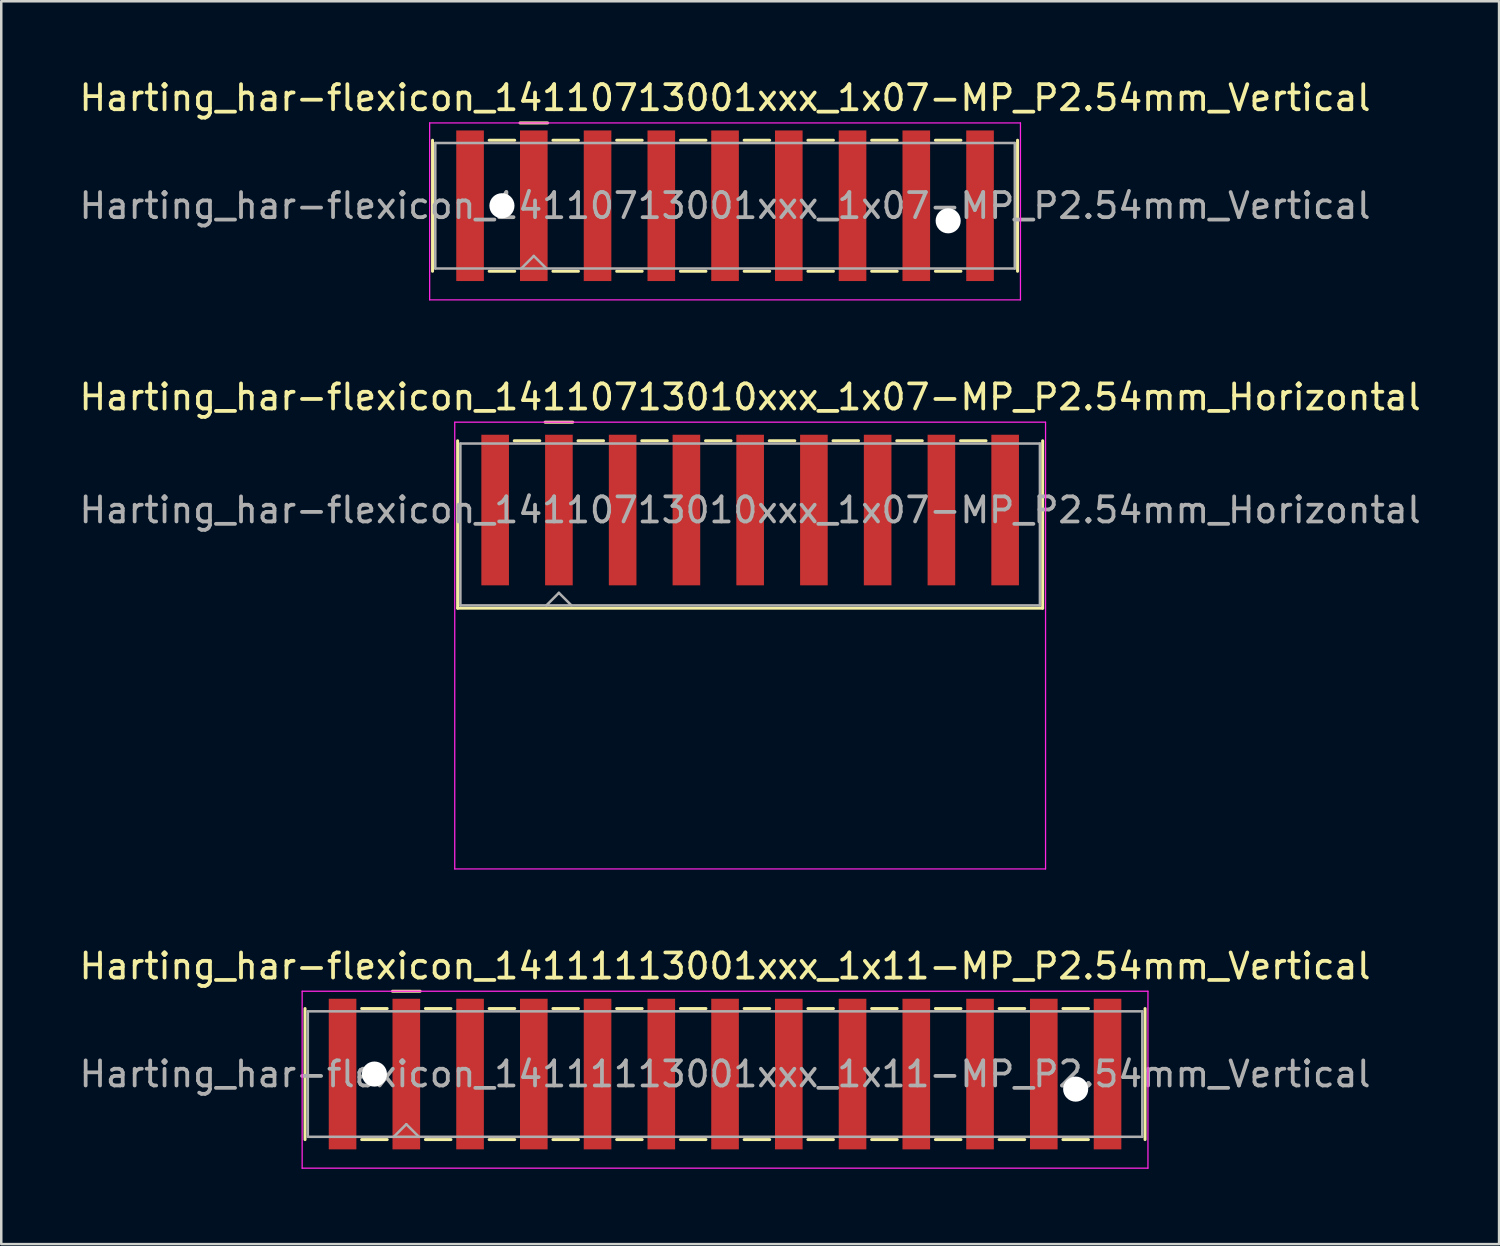
<source format=kicad_pcb>
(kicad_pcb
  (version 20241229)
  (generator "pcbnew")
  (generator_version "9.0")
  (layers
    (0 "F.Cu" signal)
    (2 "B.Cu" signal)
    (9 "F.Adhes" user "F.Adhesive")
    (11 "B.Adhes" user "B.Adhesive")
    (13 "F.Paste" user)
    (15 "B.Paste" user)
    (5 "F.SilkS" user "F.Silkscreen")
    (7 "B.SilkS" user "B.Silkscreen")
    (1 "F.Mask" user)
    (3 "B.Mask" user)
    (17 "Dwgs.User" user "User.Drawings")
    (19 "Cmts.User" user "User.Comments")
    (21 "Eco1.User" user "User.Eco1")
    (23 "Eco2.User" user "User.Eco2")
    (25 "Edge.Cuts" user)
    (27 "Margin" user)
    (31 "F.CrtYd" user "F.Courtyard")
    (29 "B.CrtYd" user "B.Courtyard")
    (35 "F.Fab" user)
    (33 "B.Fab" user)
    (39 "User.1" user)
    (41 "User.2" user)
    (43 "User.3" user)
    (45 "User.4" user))
  (footprint "Harting_har-flexicon_14111113001xxx_1x11-MP_P2.54mm_Vertical"
    (layer "F.Cu")
    (at 25.839 39.745)
    (property "Reference" "Harting_har-flexicon_14111113001xxx_1x11-MP_P2.54mm_Vertical" (at 0 -4.3 0) (layer "F.SilkS") (effects (font (size 1 1) (thickness 0.15))))
    (attr smd)
    (fp_line (start -16.735 -2.61) (end -16.735 2.61) (stroke (width 0.12) (type solid)) (layer "F.SilkS"))
    (fp_line (start -14.478 -2.61) (end -13.462 -2.61) (stroke (width 0.12) (type solid)) (layer "F.SilkS"))
    (fp_line (start -14.478 2.61) (end -13.462 2.61) (stroke (width 0.12) (type solid)) (layer "F.SilkS"))
    (fp_line (start -13.25 -3.3) (end -12.15 -3.3) (stroke (width 0.12) (type solid)) (layer "F.SilkS"))
    (fp_line (start -11.938 -2.61) (end -10.922 -2.61) (stroke (width 0.12) (type solid)) (layer "F.SilkS"))
    (fp_line (start -11.938 2.61) (end -10.922 2.61) (stroke (width 0.12) (type solid)) (layer "F.SilkS"))
    (fp_line (start -9.398 -2.61) (end -8.382 -2.61) (stroke (width 0.12) (type solid)) (layer "F.SilkS"))
    (fp_line (start -9.398 2.61) (end -8.382 2.61) (stroke (width 0.12) (type solid)) (layer "F.SilkS"))
    (fp_line (start -6.858 -2.61) (end -5.842 -2.61) (stroke (width 0.12) (type solid)) (layer "F.SilkS"))
    (fp_line (start -6.858 2.61) (end -5.842 2.61) (stroke (width 0.12) (type solid)) (layer "F.SilkS"))
    (fp_line (start -4.318 -2.61) (end -3.302 -2.61) (stroke (width 0.12) (type solid)) (layer "F.SilkS"))
    (fp_line (start -4.318 2.61) (end -3.302 2.61) (stroke (width 0.12) (type solid)) (layer "F.SilkS"))
    (fp_line (start -1.778 -2.61) (end -0.762 -2.61) (stroke (width 0.12) (type solid)) (layer "F.SilkS"))
    (fp_line (start -1.778 2.61) (end -0.762 2.61) (stroke (width 0.12) (type solid)) (layer "F.SilkS"))
    (fp_line (start 0.762 -2.61) (end 1.778 -2.61) (stroke (width 0.12) (type solid)) (layer "F.SilkS"))
    (fp_line (start 0.762 2.61) (end 1.778 2.61) (stroke (width 0.12) (type solid)) (layer "F.SilkS"))
    (fp_line (start 3.302 -2.61) (end 4.318 -2.61) (stroke (width 0.12) (type solid)) (layer "F.SilkS"))
    (fp_line (start 3.302 2.61) (end 4.318 2.61) (stroke (width 0.12) (type solid)) (layer "F.SilkS"))
    (fp_line (start 5.842 -2.61) (end 6.858 -2.61) (stroke (width 0.12) (type solid)) (layer "F.SilkS"))
    (fp_line (start 5.842 2.61) (end 6.858 2.61) (stroke (width 0.12) (type solid)) (layer "F.SilkS"))
    (fp_line (start 8.382 -2.61) (end 9.398 -2.61) (stroke (width 0.12) (type solid)) (layer "F.SilkS"))
    (fp_line (start 8.382 2.61) (end 9.398 2.61) (stroke (width 0.12) (type solid)) (layer "F.SilkS"))
    (fp_line (start 10.922 -2.61) (end 11.938 -2.61) (stroke (width 0.12) (type solid)) (layer "F.SilkS"))
    (fp_line (start 10.922 2.61) (end 11.938 2.61) (stroke (width 0.12) (type solid)) (layer "F.SilkS"))
    (fp_line (start 13.462 -2.61) (end 14.478 -2.61) (stroke (width 0.12) (type solid)) (layer "F.SilkS"))
    (fp_line (start 13.462 2.61) (end 14.478 2.61) (stroke (width 0.12) (type solid)) (layer "F.SilkS"))
    (fp_line (start 16.735 -2.61) (end 16.735 2.61) (stroke (width 0.12) (type solid)) (layer "F.SilkS"))
    (fp_line (start -16.85 -3.3) (end -16.85 3.75) (stroke (width 0.05) (type solid)) (layer "F.CrtYd"))
    (fp_line (start -16.85 3.75) (end 16.85 3.75) (stroke (width 0.05) (type solid)) (layer "F.CrtYd"))
    (fp_line (start 16.85 -3.3) (end -16.85 -3.3) (stroke (width 0.05) (type solid)) (layer "F.CrtYd"))
    (fp_line (start 16.85 3.75) (end 16.85 -3.3) (stroke (width 0.05) (type solid)) (layer "F.CrtYd"))
    (fp_line (start -16.625 -2.5) (end -16.625 2.5) (stroke (width 0.1) (type solid)) (layer "F.Fab"))
    (fp_line (start -16.625 2.5) (end 16.625 2.5) (stroke (width 0.1) (type solid)) (layer "F.Fab"))
    (fp_line (start -13.2 2.5) (end -12.7 2) (stroke (width 0.1) (type solid)) (layer "F.Fab"))
    (fp_line (start -12.7 2) (end -12.2 2.5) (stroke (width 0.1) (type solid)) (layer "F.Fab"))
    (fp_line (start 16.625 -2.5) (end -16.625 -2.5) (stroke (width 0.1) (type solid)) (layer "F.Fab"))
    (fp_line (start 16.625 2.5) (end 16.625 -2.5) (stroke (width 0.1) (type solid)) (layer "F.Fab"))
    (fp_text user "${REFERENCE}" (at 0 0 0) (layer "F.Fab") (effects (font (size 1 1) (thickness 0.15))))
    (pad "" np_thru_hole circle (at -13.97 0) (size 1 1) (drill 1) (layers "*.Cu" "*.Mask"))
    (pad "" np_thru_hole circle (at 13.97 0.6) (size 1 1) (drill 1) (layers "*.Cu" "*.Mask"))
    (pad "1" smd rect (at -12.7 0) (size 1.1 6) (layers "F.Cu" "F.Mask" "F.Paste"))
    (pad "2" smd rect (at -10.16 0) (size 1.1 6) (layers "F.Cu" "F.Mask" "F.Paste"))
    (pad "3" smd rect (at -7.62 0) (size 1.1 6) (layers "F.Cu" "F.Mask" "F.Paste"))
    (pad "4" smd rect (at -5.08 0) (size 1.1 6) (layers "F.Cu" "F.Mask" "F.Paste"))
    (pad "5" smd rect (at -2.54 0) (size 1.1 6) (layers "F.Cu" "F.Mask" "F.Paste"))
    (pad "6" smd rect (at 0 0) (size 1.1 6) (layers "F.Cu" "F.Mask" "F.Paste"))
    (pad "7" smd rect (at 2.54 0) (size 1.1 6) (layers "F.Cu" "F.Mask" "F.Paste"))
    (pad "8" smd rect (at 5.08 0) (size 1.1 6) (layers "F.Cu" "F.Mask" "F.Paste"))
    (pad "9" smd rect (at 7.62 0) (size 1.1 6) (layers "F.Cu" "F.Mask" "F.Paste"))
    (pad "10" smd rect (at 10.16 0) (size 1.1 6) (layers "F.Cu" "F.Mask" "F.Paste"))
    (pad "11" smd rect (at 12.7 0) (size 1.1 6) (layers "F.Cu" "F.Mask" "F.Paste"))
    (pad "MP" smd rect (at -15.24 0) (size 1.1 6) (layers "F.Cu" "F.Mask" "F.Paste"))
    (pad "MP" smd rect (at 15.24 0) (size 1.1 6) (layers "F.Cu" "F.Mask" "F.Paste")))
  (footprint "Harting_har-flexicon_14110713001xxx_1x07-MP_P2.54mm_Vertical"
    (layer "F.Cu")
    (at 25.839 5.148)
    (property "Reference" "Harting_har-flexicon_14110713001xxx_1x07-MP_P2.54mm_Vertical" (at 0 -4.3 0) (layer "F.SilkS") (effects (font (size 1 1) (thickness 0.15))))
    (attr smd)
    (fp_line (start -11.655 -2.61) (end -11.655 2.61) (stroke (width 0.12) (type solid)) (layer "F.SilkS"))
    (fp_line (start -9.398 -2.61) (end -8.382 -2.61) (stroke (width 0.12) (type solid)) (layer "F.SilkS"))
    (fp_line (start -9.398 2.61) (end -8.382 2.61) (stroke (width 0.12) (type solid)) (layer "F.SilkS"))
    (fp_line (start -8.17 -3.3) (end -7.07 -3.3) (stroke (width 0.12) (type solid)) (layer "F.SilkS"))
    (fp_line (start -6.858 -2.61) (end -5.842 -2.61) (stroke (width 0.12) (type solid)) (layer "F.SilkS"))
    (fp_line (start -6.858 2.61) (end -5.842 2.61) (stroke (width 0.12) (type solid)) (layer "F.SilkS"))
    (fp_line (start -4.318 -2.61) (end -3.302 -2.61) (stroke (width 0.12) (type solid)) (layer "F.SilkS"))
    (fp_line (start -4.318 2.61) (end -3.302 2.61) (stroke (width 0.12) (type solid)) (layer "F.SilkS"))
    (fp_line (start -1.778 -2.61) (end -0.762 -2.61) (stroke (width 0.12) (type solid)) (layer "F.SilkS"))
    (fp_line (start -1.778 2.61) (end -0.762 2.61) (stroke (width 0.12) (type solid)) (layer "F.SilkS"))
    (fp_line (start 0.762 -2.61) (end 1.778 -2.61) (stroke (width 0.12) (type solid)) (layer "F.SilkS"))
    (fp_line (start 0.762 2.61) (end 1.778 2.61) (stroke (width 0.12) (type solid)) (layer "F.SilkS"))
    (fp_line (start 3.302 -2.61) (end 4.318 -2.61) (stroke (width 0.12) (type solid)) (layer "F.SilkS"))
    (fp_line (start 3.302 2.61) (end 4.318 2.61) (stroke (width 0.12) (type solid)) (layer "F.SilkS"))
    (fp_line (start 5.842 -2.61) (end 6.858 -2.61) (stroke (width 0.12) (type solid)) (layer "F.SilkS"))
    (fp_line (start 5.842 2.61) (end 6.858 2.61) (stroke (width 0.12) (type solid)) (layer "F.SilkS"))
    (fp_line (start 8.382 -2.61) (end 9.398 -2.61) (stroke (width 0.12) (type solid)) (layer "F.SilkS"))
    (fp_line (start 8.382 2.61) (end 9.398 2.61) (stroke (width 0.12) (type solid)) (layer "F.SilkS"))
    (fp_line (start 11.655 -2.61) (end 11.655 2.61) (stroke (width 0.12) (type solid)) (layer "F.SilkS"))
    (fp_line (start -11.77 -3.3) (end -11.77 3.75) (stroke (width 0.05) (type solid)) (layer "F.CrtYd"))
    (fp_line (start -11.77 3.75) (end 11.77 3.75) (stroke (width 0.05) (type solid)) (layer "F.CrtYd"))
    (fp_line (start 11.77 -3.3) (end -11.77 -3.3) (stroke (width 0.05) (type solid)) (layer "F.CrtYd"))
    (fp_line (start 11.77 3.75) (end 11.77 -3.3) (stroke (width 0.05) (type solid)) (layer "F.CrtYd"))
    (fp_line (start -11.545 -2.5) (end -11.545 2.5) (stroke (width 0.1) (type solid)) (layer "F.Fab"))
    (fp_line (start -11.545 2.5) (end 11.545 2.5) (stroke (width 0.1) (type solid)) (layer "F.Fab"))
    (fp_line (start -8.12 2.5) (end -7.62 2) (stroke (width 0.1) (type solid)) (layer "F.Fab"))
    (fp_line (start -7.62 2) (end -7.12 2.5) (stroke (width 0.1) (type solid)) (layer "F.Fab"))
    (fp_line (start 11.545 -2.5) (end -11.545 -2.5) (stroke (width 0.1) (type solid)) (layer "F.Fab"))
    (fp_line (start 11.545 2.5) (end 11.545 -2.5) (stroke (width 0.1) (type solid)) (layer "F.Fab"))
    (fp_text user "${REFERENCE}" (at 0 0 0) (layer "F.Fab") (effects (font (size 1 1) (thickness 0.15))))
    (pad "" np_thru_hole circle (at -8.89 0) (size 1 1) (drill 1) (layers "*.Cu" "*.Mask"))
    (pad "" np_thru_hole circle (at 8.89 0.6) (size 1 1) (drill 1) (layers "*.Cu" "*.Mask"))
    (pad "1" smd rect (at -7.62 0) (size 1.1 6) (layers "F.Cu" "F.Mask" "F.Paste"))
    (pad "2" smd rect (at -5.08 0) (size 1.1 6) (layers "F.Cu" "F.Mask" "F.Paste"))
    (pad "3" smd rect (at -2.54 0) (size 1.1 6) (layers "F.Cu" "F.Mask" "F.Paste"))
    (pad "4" smd rect (at 0 0) (size 1.1 6) (layers "F.Cu" "F.Mask" "F.Paste"))
    (pad "5" smd rect (at 2.54 0) (size 1.1 6) (layers "F.Cu" "F.Mask" "F.Paste"))
    (pad "6" smd rect (at 5.08 0) (size 1.1 6) (layers "F.Cu" "F.Mask" "F.Paste"))
    (pad "7" smd rect (at 7.62 0) (size 1.1 6) (layers "F.Cu" "F.Mask" "F.Paste"))
    (pad "MP" smd rect (at -10.16 0) (size 1.1 6) (layers "F.Cu" "F.Mask" "F.Paste"))
    (pad "MP" smd rect (at 10.16 0) (size 1.1 6) (layers "F.Cu" "F.Mask" "F.Paste")))
  (footprint "Harting_har-flexicon_14110713010xxx_1x07-MP_P2.54mm_Horizontal"
    (layer "F.Cu")
    (at 26.839 18.572)
    (property "Reference" "Harting_har-flexicon_14110713010xxx_1x07-MP_P2.54mm_Horizontal" (at 0 -5.8 0) (layer "F.SilkS") (effects (font (size 1 1) (thickness 0.15))))
    (attr smd)
    (fp_line (start -11.655 -4.06) (end -11.655 2.61) (stroke (width 0.12) (type solid)) (layer "F.SilkS"))
    (fp_line (start -9.398 -4.06) (end -8.382 -4.06) (stroke (width 0.12) (type solid)) (layer "F.SilkS"))
    (fp_line (start -8.17 -4.8) (end -7.07 -4.8) (stroke (width 0.12) (type solid)) (layer "F.SilkS"))
    (fp_line (start -6.858 -4.06) (end -5.842 -4.06) (stroke (width 0.12) (type solid)) (layer "F.SilkS"))
    (fp_line (start -4.318 -4.06) (end -3.302 -4.06) (stroke (width 0.12) (type solid)) (layer "F.SilkS"))
    (fp_line (start -1.778 -4.06) (end -0.762 -4.06) (stroke (width 0.12) (type solid)) (layer "F.SilkS"))
    (fp_line (start 0.762 -4.06) (end 1.778 -4.06) (stroke (width 0.12) (type solid)) (layer "F.SilkS"))
    (fp_line (start 3.302 -4.06) (end 4.318 -4.06) (stroke (width 0.12) (type solid)) (layer "F.SilkS"))
    (fp_line (start 5.842 -4.06) (end 6.858 -4.06) (stroke (width 0.12) (type solid)) (layer "F.SilkS"))
    (fp_line (start 8.382 -4.06) (end 9.398 -4.06) (stroke (width 0.12) (type solid)) (layer "F.SilkS"))
    (fp_line (start 11.655 -4.06) (end 11.655 2.61) (stroke (width 0.12) (type solid)) (layer "F.SilkS"))
    (fp_line (start 11.655 2.61) (end -11.655 2.61) (stroke (width 0.12) (type solid)) (layer "F.SilkS"))
    (fp_line (start -11.77 -4.8) (end -11.77 13) (stroke (width 0.05) (type solid)) (layer "F.CrtYd"))
    (fp_line (start -11.77 13) (end 11.77 13) (stroke (width 0.05) (type solid)) (layer "F.CrtYd"))
    (fp_line (start 11.77 -4.8) (end -11.77 -4.8) (stroke (width 0.05) (type solid)) (layer "F.CrtYd"))
    (fp_line (start 11.77 13) (end 11.77 -4.8) (stroke (width 0.05) (type solid)) (layer "F.CrtYd"))
    (fp_line (start -11.545 -3.95) (end -11.545 2.5) (stroke (width 0.1) (type solid)) (layer "F.Fab"))
    (fp_line (start -11.545 2.5) (end 11.545 2.5) (stroke (width 0.1) (type solid)) (layer "F.Fab"))
    (fp_line (start -8.12 2.5) (end -7.62 2) (stroke (width 0.1) (type solid)) (layer "F.Fab"))
    (fp_line (start -7.62 2) (end -7.12 2.5) (stroke (width 0.1) (type solid)) (layer "F.Fab"))
    (fp_line (start 11.545 -3.95) (end -11.545 -3.95) (stroke (width 0.1) (type solid)) (layer "F.Fab"))
    (fp_line (start 11.545 2.5) (end 11.545 -3.95) (stroke (width 0.1) (type solid)) (layer "F.Fab"))
    (fp_text user "${REFERENCE}" (at 0 -1.3 0) (layer "F.Fab") (effects (font (size 1 1) (thickness 0.15))))
    (pad "1" smd rect (at -7.62 -1.3) (size 1.1 6) (layers "F.Cu" "F.Mask" "F.Paste"))
    (pad "2" smd rect (at -5.08 -1.3) (size 1.1 6) (layers "F.Cu" "F.Mask" "F.Paste"))
    (pad "3" smd rect (at -2.54 -1.3) (size 1.1 6) (layers "F.Cu" "F.Mask" "F.Paste"))
    (pad "4" smd rect (at 0 -1.3) (size 1.1 6) (layers "F.Cu" "F.Mask" "F.Paste"))
    (pad "5" smd rect (at 2.54 -1.3) (size 1.1 6) (layers "F.Cu" "F.Mask" "F.Paste"))
    (pad "6" smd rect (at 5.08 -1.3) (size 1.1 6) (layers "F.Cu" "F.Mask" "F.Paste"))
    (pad "7" smd rect (at 7.62 -1.3) (size 1.1 6) (layers "F.Cu" "F.Mask" "F.Paste"))
    (pad "MP" smd rect (at -10.16 -1.3) (size 1.1 6) (layers "F.Cu" "F.Mask" "F.Paste"))
    (pad "MP" smd rect (at 10.16 -1.3) (size 1.1 6) (layers "F.Cu" "F.Mask" "F.Paste")))
  (gr_rect
    (start -3 -3)
    (end 56.679 46.52)
    (stroke (width 0.1) (type default))
    (fill no)
    (layer "Edge.Cuts")))
</source>
